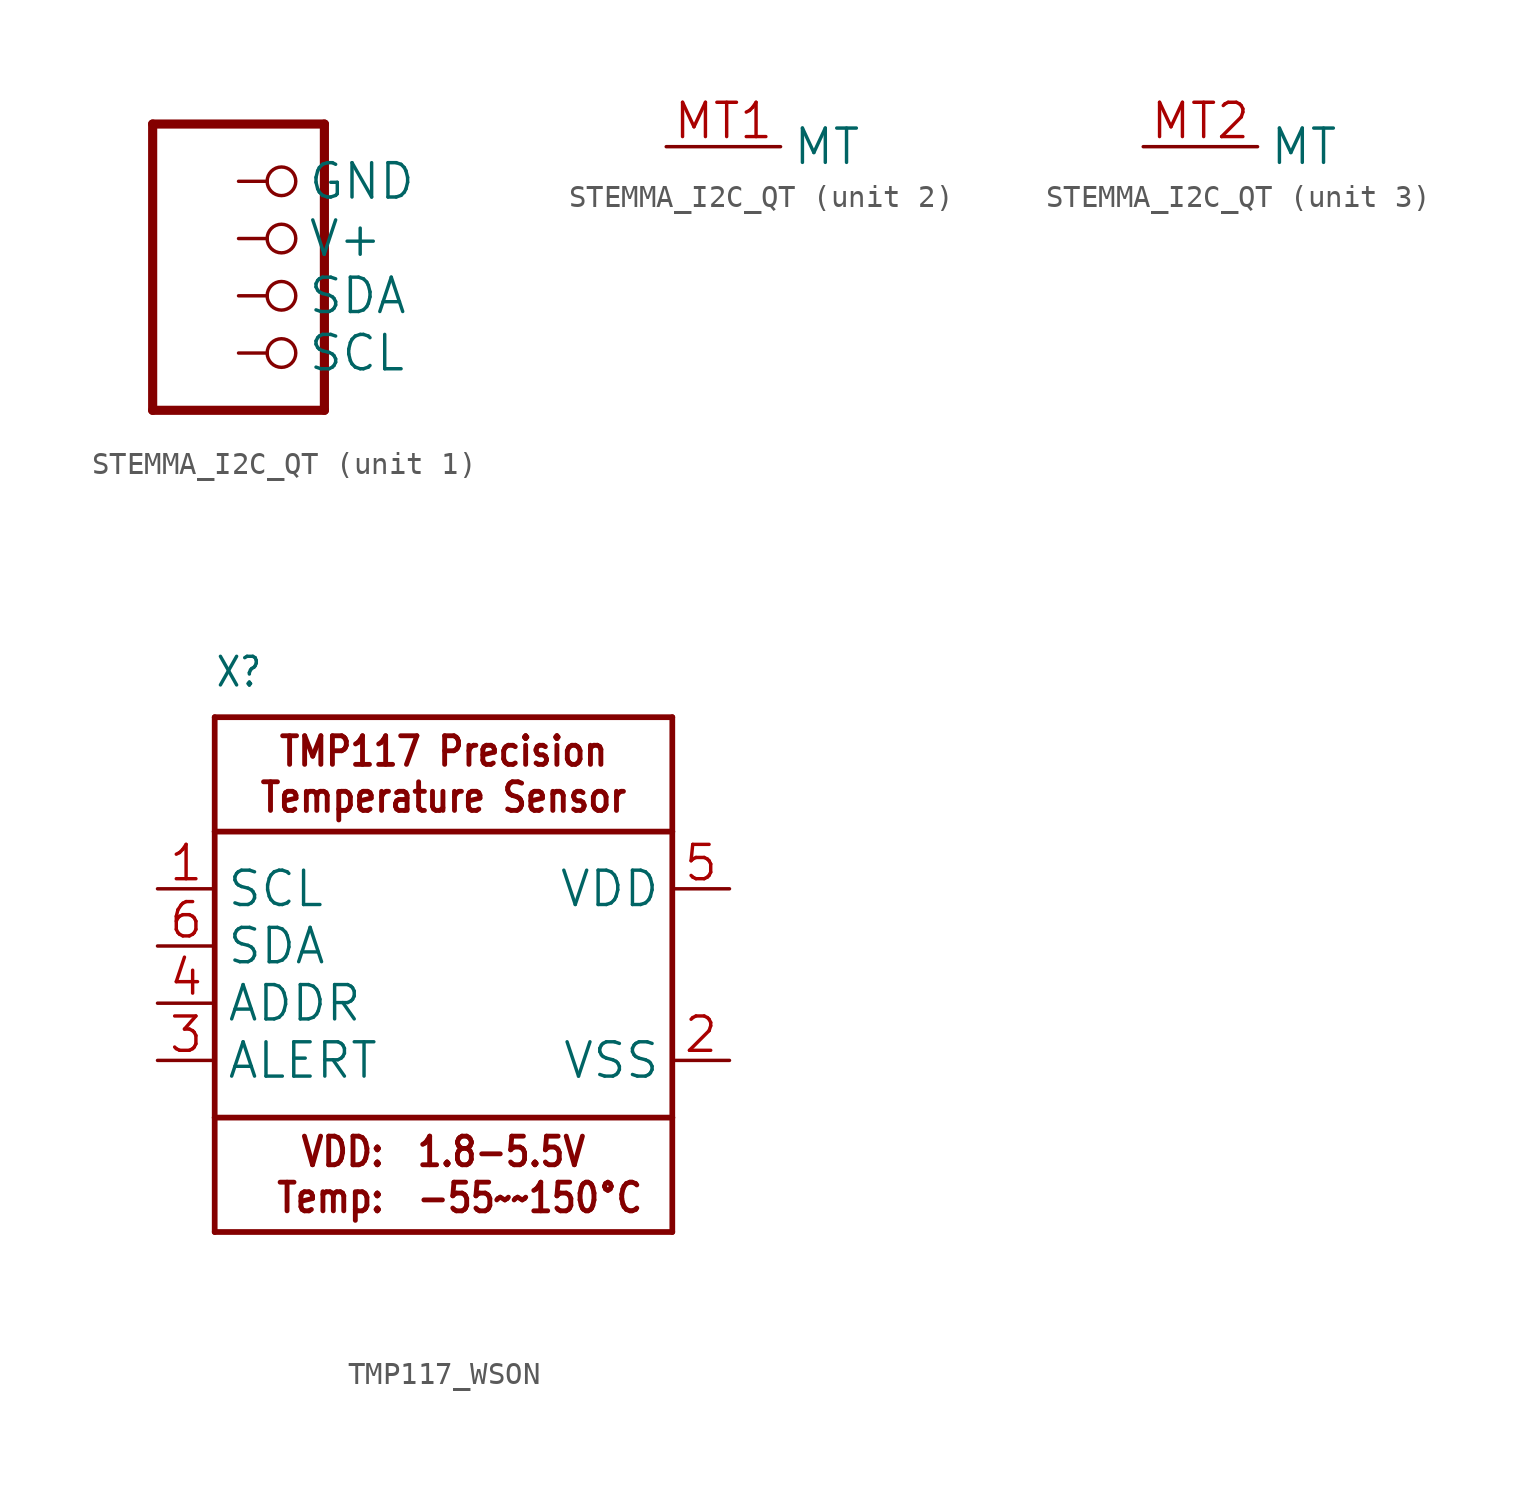
<source format=kicad_sym>
(kicad_symbol_lib
  (version 20241209)
  (generator "kicad_symbol_editor")
  (generator_version "9.0")
  (symbol "STEMMA_I2C_QT"
    (property "Reference" "CONN"
      (at -3.81 8.255 0)
      (effects (font (size 1.778 1.511)) (justify left bottom) (hide yes)))
    (property "ki_locked" ""
      (at 0 0 0)
      (effects (font (size 1.27 1.27))))
    (symbol "STEMMA_I2C_QT_1_0"
      (polyline (pts (xy -3.81 7.62) (xy -3.81 -5.08)) (stroke (width 0.406) (type solid)) (fill (type none)))
      (polyline (pts (xy -3.81 -5.08) (xy 3.81 -5.08)) (stroke (width 0.406) (type solid)) (fill (type none)))
      (polyline (pts (xy 3.81 7.62) (xy -3.81 7.62)) (stroke (width 0.406) (type solid)) (fill (type none)))
      (polyline (pts (xy 3.81 -5.08) (xy 3.81 7.62)) (stroke (width 0.406) (type solid)) (fill (type none)))
      (pin passive inverted (at 0 5.08 0) (length 2.54) (name "GND" (effects (font (size 1.524 1.524)))) (number "1" (effects (font (size 0 0)))))
      (pin passive inverted (at 0 2.54 0) (length 2.54) (name "V+" (effects (font (size 1.524 1.524)))) (number "2" (effects (font (size 0 0)))))
      (pin passive inverted (at 0 0 0) (length 2.54) (name "SDA" (effects (font (size 1.524 1.524)))) (number "3" (effects (font (size 0 0)))))
      (pin passive inverted (at 0 -2.54 0) (length 2.54) (name "SCL" (effects (font (size 1.524 1.524)))) (number "4" (effects (font (size 0 0))))))
    (symbol "STEMMA_I2C_QT_2_0"
      (pin bidirectional line (at 0 0 0) (length 5.08) (name "MT" (effects (font (size 1.524 1.524)))) (number "MT1" (effects (font (size 1.524 1.524))))))
    (symbol "STEMMA_I2C_QT_3_0"
      (pin bidirectional line (at 0 0 0) (length 5.08) (name "MT" (effects (font (size 1.524 1.524)))) (number "MT2" (effects (font (size 1.524 1.524)))))))
  (symbol "TMP117_WSON"
    (property "Reference" "X"
      (at -10.16 11.43 0)
      (effects (font (size 1.27 1.079)) (justify left bottom)))
    (property "Value" ""
      (at -10.16 -15.24 0)
      (effects (font (size 1.27 1.079)) (justify left bottom)))
    (property "ki_locked" ""
      (at 0 0 0)
      (effects (font (size 1.27 1.27))))
    (symbol "TMP117_WSON_1_0"
      (polyline (pts (xy -10.16 10.16) (xy 10.16 10.16)) (stroke (width 0.254) (type solid)) (fill (type none)))
      (polyline (pts (xy -10.16 5.08) (xy -10.16 10.16)) (stroke (width 0.254) (type solid)) (fill (type none)))
      (polyline (pts (xy -10.16 5.08) (xy 10.16 5.08)) (stroke (width 0.254) (type solid)) (fill (type none)))
      (polyline (pts (xy -10.16 -7.62) (xy -10.16 5.08)) (stroke (width 0.254) (type solid)) (fill (type none)))
      (polyline (pts (xy -10.16 -7.62) (xy -10.16 -12.7)) (stroke (width 0.254) (type solid)) (fill (type none)))
      (polyline (pts (xy -10.16 -12.7) (xy 10.16 -12.7)) (stroke (width 0.254) (type solid)) (fill (type none)))
      (polyline (pts (xy 10.16 10.16) (xy 10.16 5.08)) (stroke (width 0.254) (type solid)) (fill (type none)))
      (polyline (pts (xy 10.16 5.08) (xy 10.16 -7.62)) (stroke (width 0.254) (type solid)) (fill (type none)))
      (polyline (pts (xy 10.16 -7.62) (xy -10.16 -7.62)) (stroke (width 0.254) (type solid)) (fill (type none)))
      (polyline (pts (xy 10.16 -12.7) (xy 10.16 -7.62)) (stroke (width 0.254) (type solid)) (fill (type none)))
      (text "VDD:\nTemp:" (at -2.54 -10.16 0) (effects (font (size 1.27 1.079) (thickness 0.216) (bold yes)) (justify right)))
      (text "1.8-5.5V\n-55~~150°C" (at -1.27 -10.16 0) (effects (font (size 1.27 1.079) (thickness 0.216) (bold yes)) (justify left)))
      (text "TMP117 Precision\nTemperature Sensor" (at 0 7.62 0) (effects (font (size 1.27 1.079) (thickness 0.216) (bold yes))))
      (pin bidirectional line (at -12.7 2.54 0) (length 2.54) (name "SCL" (effects (font (size 1.524 1.524)))) (number "1" (effects (font (size 1.524 1.524)))))
      (pin bidirectional line (at -12.7 0 0) (length 2.54) (name "SDA" (effects (font (size 1.524 1.524)))) (number "6" (effects (font (size 1.524 1.524)))))
      (pin input line (at -12.7 -2.54 0) (length 2.54) (name "ADDR" (effects (font (size 1.524 1.524)))) (number "4" (effects (font (size 1.524 1.524)))))
      (pin output line (at -12.7 -5.08 0) (length 2.54) (name "ALERT" (effects (font (size 1.524 1.524)))) (number "3" (effects (font (size 1.524 1.524)))))
      (pin power_in line (at 12.7 2.54 180) (length 2.54) (name "VDD" (effects (font (size 1.524 1.524)))) (number "5" (effects (font (size 1.524 1.524)))))
      (pin power_in line (at 12.7 -5.08 180) (length 2.54) (name "VSS" (effects (font (size 1.524 1.524)))) (number "2" (effects (font (size 1.524 1.524))))))))
</source>
